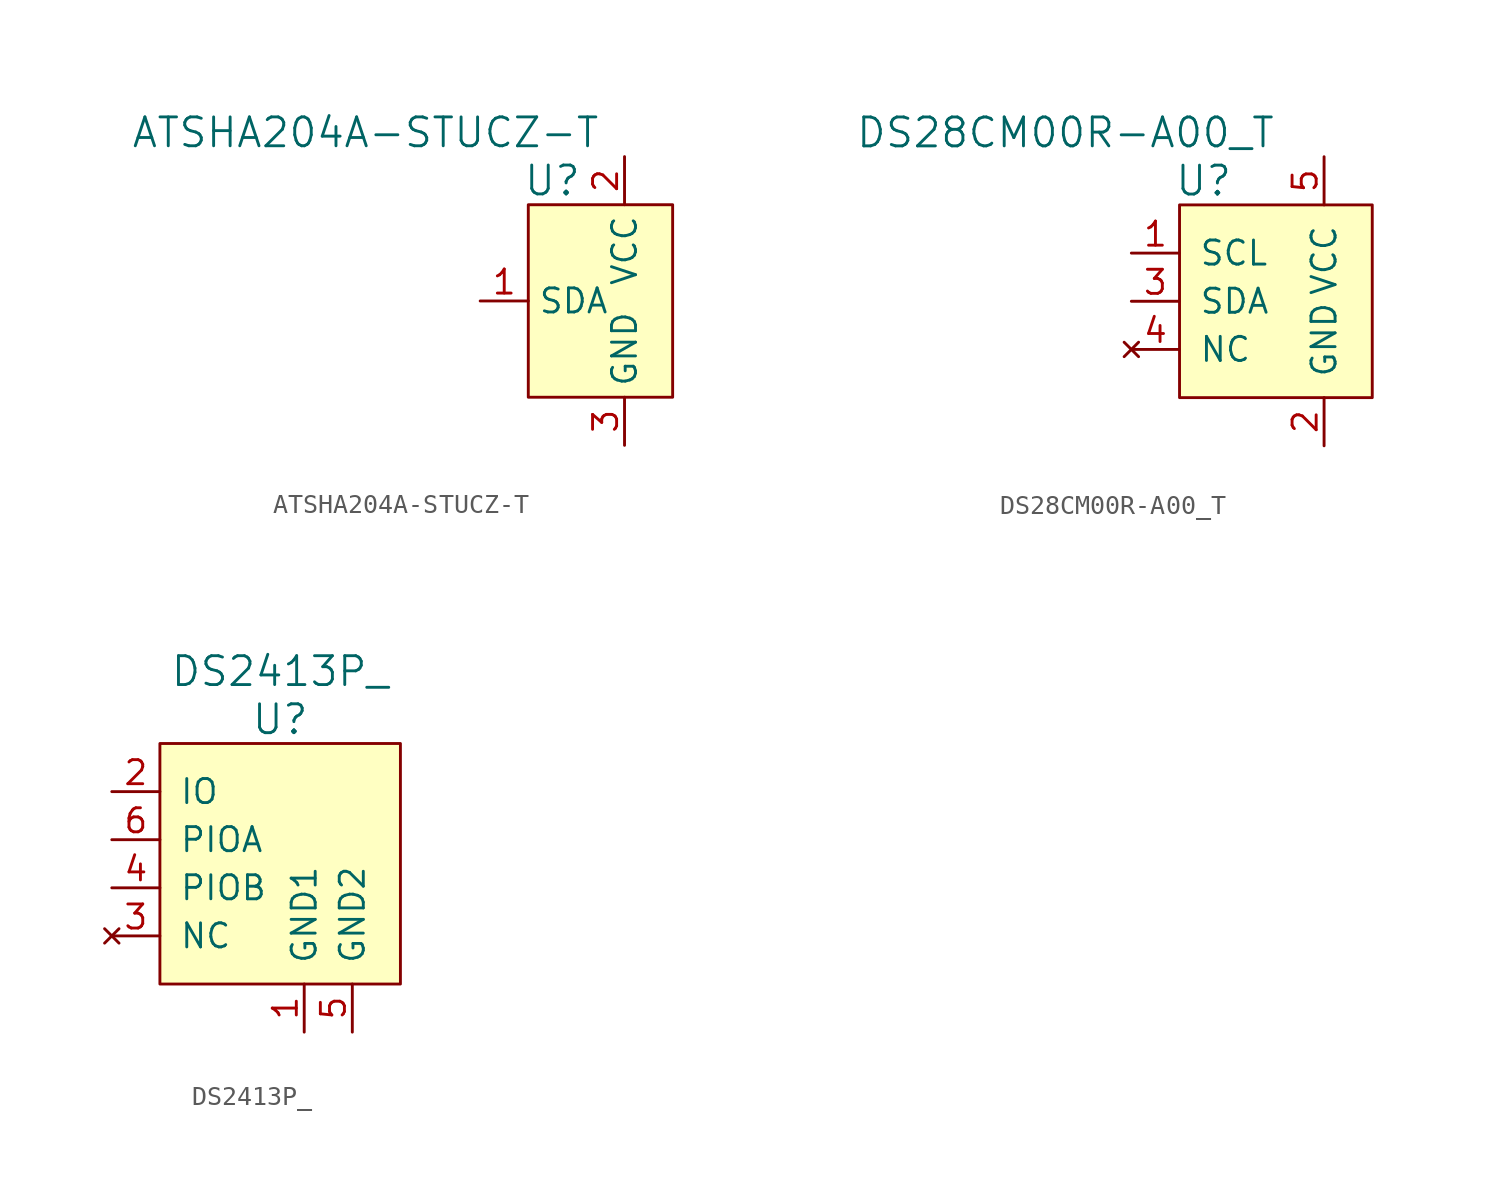
<source format=kicad_sym>
(kicad_symbol_lib
  (version 20201005)
  (generator kicad_symbol_editor)
  (symbol "ATSHA204A-STUCZ-T"
    (property "Reference" "U"
      (at -3.81 6.35 0)
      (effects (font (size 1.524 1.524))))
    (property "Value" "ATSHA204A-STUCZ-T"
      (at -1.27 8.89 0)
      (effects (font (size 1.524 1.524)) (justify right)))
    (symbol "ATSHA204A-STUCZ-T_1_1"
      (rectangle (start -5.08 5.08) (end 2.54 -5.08) (stroke (width 0)) (fill (type background)))
      (pin bidirectional line (at -7.62 0 0) (length 2.54) (name "SDA" (effects (font (size 1.27 1.27)))) (number "1" (effects (font (size 1.27 1.27)))))
      (pin power_in line (at 0 7.62 270) (length 2.54) (name "VCC" (effects (font (size 1.27 1.27)))) (number "2" (effects (font (size 1.27 1.27)))))
      (pin power_in line (at 0 -7.62 90) (length 2.54) (name "GND" (effects (font (size 1.27 1.27)))) (number "3" (effects (font (size 1.27 1.27)))))))
  (symbol "DS28CM00R-A00_T"
    (pin_names
      (offset 1.016))
    (property "Reference" "U"
      (at -6.35 3.81 0)
      (effects (font (size 1.524 1.524))))
    (property "Value" "DS28CM00R-A00_T"
      (at -2.54 6.35 0)
      (effects (font (size 1.524 1.524)) (justify right)))
    (symbol "DS28CM00R-A00_T_0_1"
      (rectangle (start -7.62 2.54) (end 2.54 -7.62) (stroke (width 0)) (fill (type background))))
    (symbol "DS28CM00R-A00_T_1_1"
      (pin input line (at -10.16 0 0) (length 2.54) (name "SCL" (effects (font (size 1.27 1.27)))) (number "1" (effects (font (size 1.27 1.27)))))
      (pin power_in line (at 0 -10.16 90) (length 2.54) (name "GND" (effects (font (size 1.27 1.27)))) (number "2" (effects (font (size 1.27 1.27)))))
      (pin bidirectional line (at -10.16 -2.54 0) (length 2.54) (name "SDA" (effects (font (size 1.27 1.27)))) (number "3" (effects (font (size 1.27 1.27)))))
      (pin no_connect line (at -10.16 -5.08 0) (length 2.54) (name "NC" (effects (font (size 1.27 1.27)))) (number "4" (effects (font (size 1.27 1.27)))))
      (pin power_in line (at 0 5.08 270) (length 2.54) (name "VCC" (effects (font (size 1.27 1.27)))) (number "5" (effects (font (size 1.27 1.27)))))))
  (symbol "DS2413P_"
    (pin_names
      (offset 1.016))
    (property "Reference" "U"
      (at 1.27 6.35 0)
      (effects (font (size 1.524 1.524))))
    (property "Value" "DS2413P_"
      (at 1.27 8.89 0)
      (effects (font (size 1.524 1.524))))
    (symbol "DS2413P__0_1"
      (rectangle (start -5.08 5.08) (end 7.62 -7.62) (stroke (width 0)) (fill (type background))))
    (symbol "DS2413P__1_1"
      (pin power_in line (at 2.54 -10.16 90) (length 2.54) (name "GND1" (effects (font (size 1.27 1.27)))) (number "1" (effects (font (size 1.27 1.27)))))
      (pin bidirectional line (at -7.62 2.54 0) (length 2.54) (name "IO" (effects (font (size 1.27 1.27)))) (number "2" (effects (font (size 1.27 1.27)))))
      (pin no_connect line (at -7.62 -5.08 0) (length 2.54) (name "NC" (effects (font (size 1.27 1.27)))) (number "3" (effects (font (size 1.27 1.27)))))
      (pin bidirectional line (at -7.62 -2.54 0) (length 2.54) (name "PIOB" (effects (font (size 1.27 1.27)))) (number "4" (effects (font (size 1.27 1.27)))))
      (pin power_in line (at 5.08 -10.16 90) (length 2.54) (name "GND2" (effects (font (size 1.27 1.27)))) (number "5" (effects (font (size 1.27 1.27)))))
      (pin bidirectional line (at -7.62 0 0) (length 2.54) (name "PIOA" (effects (font (size 1.27 1.27)))) (number "6" (effects (font (size 1.27 1.27))))))))
</source>
